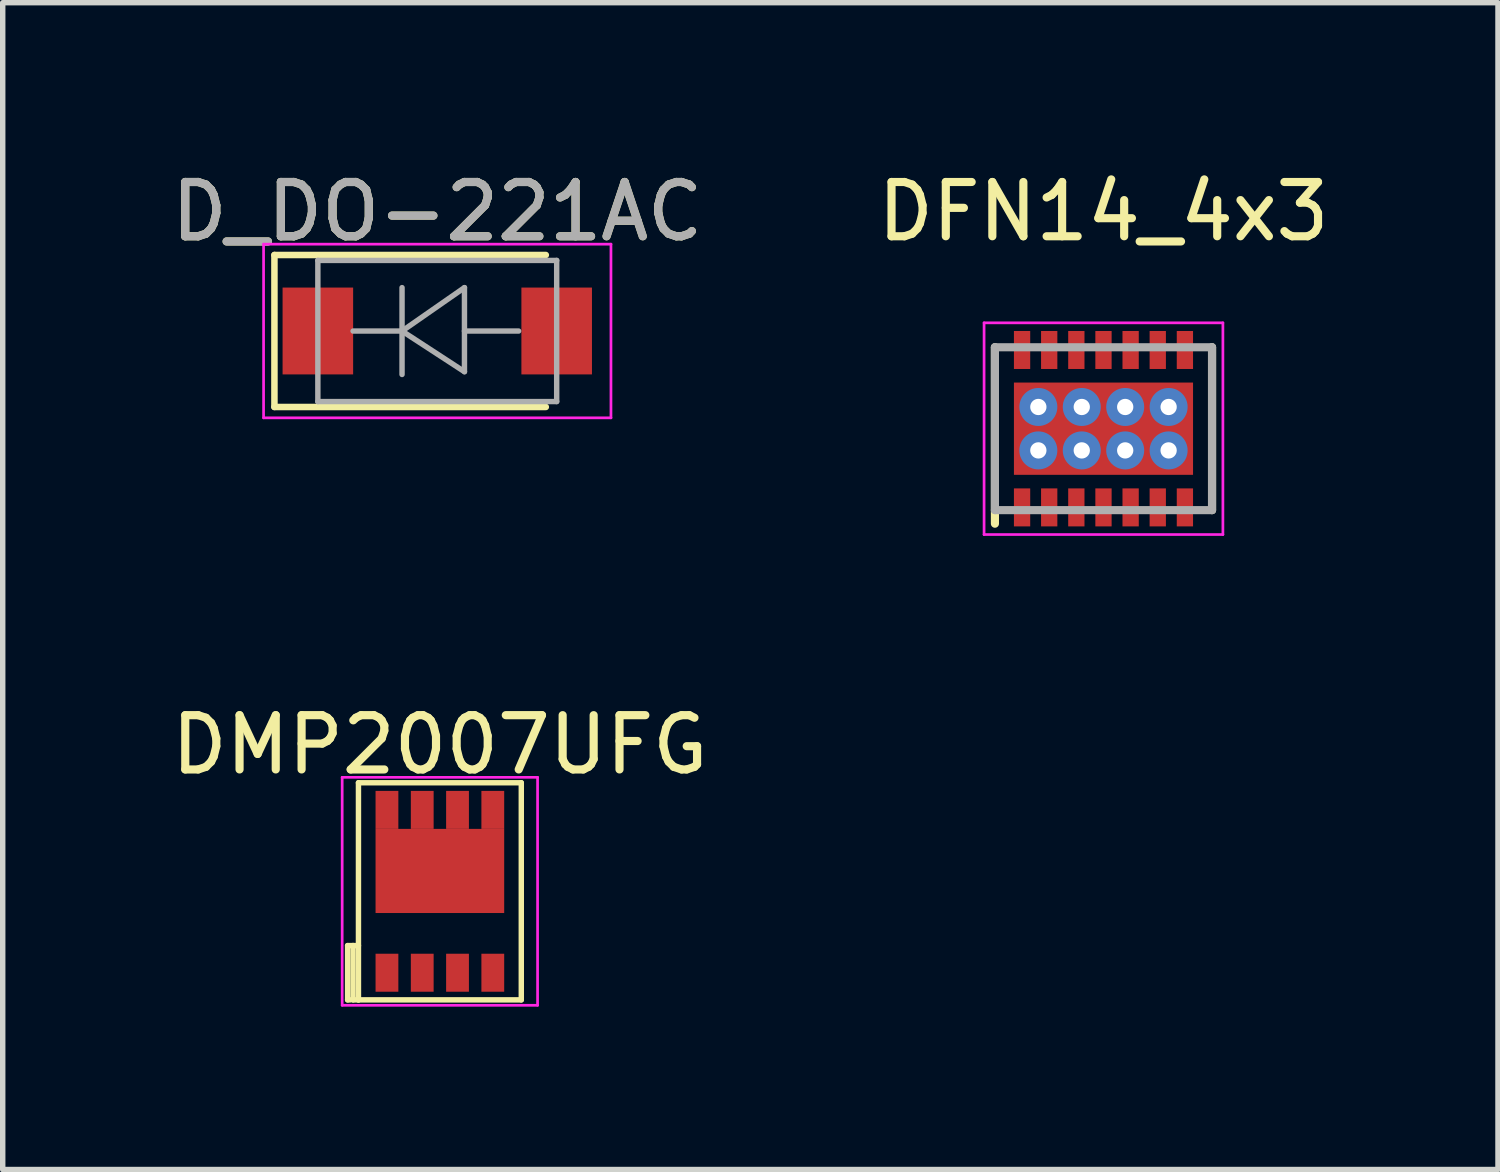
<source format=kicad_pcb>
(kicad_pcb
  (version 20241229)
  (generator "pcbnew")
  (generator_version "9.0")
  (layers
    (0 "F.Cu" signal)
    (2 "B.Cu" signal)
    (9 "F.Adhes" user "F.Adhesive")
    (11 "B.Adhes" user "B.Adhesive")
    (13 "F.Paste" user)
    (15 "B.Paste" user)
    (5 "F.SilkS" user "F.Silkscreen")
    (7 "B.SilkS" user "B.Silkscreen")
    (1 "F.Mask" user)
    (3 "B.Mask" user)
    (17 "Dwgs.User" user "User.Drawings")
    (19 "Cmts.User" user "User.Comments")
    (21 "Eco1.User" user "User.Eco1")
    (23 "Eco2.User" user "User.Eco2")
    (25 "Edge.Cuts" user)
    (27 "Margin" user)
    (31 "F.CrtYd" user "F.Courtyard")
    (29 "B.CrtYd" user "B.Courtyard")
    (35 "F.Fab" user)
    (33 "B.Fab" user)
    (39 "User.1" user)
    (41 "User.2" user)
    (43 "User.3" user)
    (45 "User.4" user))
  (footprint "D_DO-221AC"
    (layer "F.Cu")
    (at 5.006 3.048)
    (property "Reference" "D_DO-221AC" (at 0 -2.2 0) (layer "F.SilkS") (effects (font (size 1 1) (thickness 0.15))))
    (attr smd)
    (fp_line (start -3 -1.4) (end -3 1.4) (stroke (width 0.12) (type solid)) (layer "F.SilkS"))
    (fp_line (start -3 -1.4) (end 2 -1.4) (stroke (width 0.12) (type solid)) (layer "F.SilkS"))
    (fp_line (start -3 1.4) (end 2 1.4) (stroke (width 0.12) (type solid)) (layer "F.SilkS"))
    (fp_line (start -3.2 -1.6) (end 3.2 -1.6) (stroke (width 0.05) (type solid)) (layer "F.CrtYd"))
    (fp_line (start -3.2 1.6) (end -3.2 -1.6) (stroke (width 0.05) (type solid)) (layer "F.CrtYd"))
    (fp_line (start 3.2 -1.6) (end 3.2 1.6) (stroke (width 0.05) (type solid)) (layer "F.CrtYd"))
    (fp_line (start 3.2 1.6) (end -3.2 1.6) (stroke (width 0.05) (type solid)) (layer "F.CrtYd"))
    (fp_line (start -2.2 1.3) (end -2.2 -1.3) (stroke (width 0.1) (type solid)) (layer "F.Fab"))
    (fp_line (start -0.649 -0.799) (end -0.649 0.801) (stroke (width 0.1) (type solid)) (layer "F.Fab"))
    (fp_line (start -0.649 0.001) (end -1.551 0.001) (stroke (width 0.1) (type solid)) (layer "F.Fab"))
    (fp_line (start -0.649 0.001) (end 0.501 -0.799) (stroke (width 0.1) (type solid)) (layer "F.Fab"))
    (fp_line (start -0.649 0.001) (end 0.501 0.75) (stroke (width 0.1) (type solid)) (layer "F.Fab"))
    (fp_line (start 0.501 0.001) (end 1.499 0.001) (stroke (width 0.1) (type solid)) (layer "F.Fab"))
    (fp_line (start 0.501 0.75) (end 0.501 -0.799) (stroke (width 0.1) (type solid)) (layer "F.Fab"))
    (fp_line (start 2.2 -1.3) (end -2.2 -1.3) (stroke (width 0.1) (type solid)) (layer "F.Fab"))
    (fp_line (start 2.2 -1.3) (end 2.2 1.3) (stroke (width 0.1) (type solid)) (layer "F.Fab"))
    (fp_line (start 2.2 1.3) (end -2.2 1.3) (stroke (width 0.1) (type solid)) (layer "F.Fab"))
    (fp_text user "${REFERENCE}" (at 0 -2.2 0) (layer "F.Fab") (effects (font (size 1 1) (thickness 0.15))))
    (pad "1" smd rect (at -2.2 0) (size 1.3 1.6) (layers "F.Cu" "F.Mask" "F.Paste"))
    (pad "2" smd rect (at 2.2 0) (size 1.3 1.6) (layers "F.Cu" "F.Mask" "F.Paste")))
  (footprint "DMP2007UFG"
    (layer "F.Cu")
    (at 5.054 13.371)
    (property "Reference" "DMP2007UFG" (at 0 -2.7 0) (layer "F.SilkS") (effects (font (size 1 1) (thickness 0.15))))
    (attr through_hole)
    (fp_line (start -1.7 1) (end -1.7 2) (stroke (width 0.1) (type solid)) (layer "F.SilkS"))
    (fp_line (start -1.7 2) (end -1.65 2) (stroke (width 0.1) (type solid)) (layer "F.SilkS"))
    (fp_line (start -1.6 1) (end -1.7 1) (stroke (width 0.1) (type solid)) (layer "F.SilkS"))
    (fp_line (start -1.6 1) (end -1.5 1) (stroke (width 0.1) (type solid)) (layer "F.SilkS"))
    (fp_line (start -1.6 2) (end -1.6 1) (stroke (width 0.1) (type solid)) (layer "F.SilkS"))
    (fp_line (start -1.5 -2) (end 1.5 -2) (stroke (width 0.1) (type solid)) (layer "F.SilkS"))
    (fp_line (start -1.5 2) (end -1.6 2) (stroke (width 0.1) (type solid)) (layer "F.SilkS"))
    (fp_line (start -1.5 2) (end -1.5 -2) (stroke (width 0.1) (type solid)) (layer "F.SilkS"))
    (fp_line (start 1.5 -2) (end 1.5 2) (stroke (width 0.1) (type solid)) (layer "F.SilkS"))
    (fp_line (start 1.5 2) (end -1.5 2) (stroke (width 0.1) (type solid)) (layer "F.SilkS"))
    (fp_line (start -1.8 -2.1) (end 1.8 -2.1) (stroke (width 0.05) (type solid)) (layer "F.CrtYd"))
    (fp_line (start -1.8 2.1) (end -1.8 -2.1) (stroke (width 0.05) (type solid)) (layer "F.CrtYd"))
    (fp_line (start 1.8 -2.1) (end 1.8 2.1) (stroke (width 0.05) (type solid)) (layer "F.CrtYd"))
    (fp_line (start 1.8 2.1) (end -1.8 2.1) (stroke (width 0.05) (type solid)) (layer "F.CrtYd"))
    (pad "1" smd rect (at -0.975 1.5) (size 0.42 0.7) (layers "F.Cu" "F.Mask" "F.Paste"))
    (pad "1" smd rect (at -0.325 1.5) (size 0.42 0.7) (layers "F.Cu" "F.Mask" "F.Paste"))
    (pad "1" smd rect (at 0.325 1.5) (size 0.42 0.7) (layers "F.Cu" "F.Mask" "F.Paste"))
    (pad "2" smd rect (at 0.975 1.5) (size 0.42 0.7) (layers "F.Cu" "F.Mask" "F.Paste"))
    (pad "3" smd rect (at -0.975 -1.5) (size 0.42 0.7) (layers "F.Cu" "F.Mask" "F.Paste"))
    (pad "3" smd rect (at -0.325 -1.5) (size 0.42 0.7) (layers "F.Cu" "F.Mask" "F.Paste"))
    (pad "3" smd rect (at 0 -0.375) (size 2.37 1.55) (layers "F.Cu" "F.Mask" "F.Paste"))
    (pad "3" smd rect (at 0.325 -1.5) (size 0.42 0.7) (layers "F.Cu" "F.Mask" "F.Paste"))
    (pad "3" smd rect (at 0.975 -1.5) (size 0.42 0.7) (layers "F.Cu" "F.Mask" "F.Paste")))
  (footprint "DFN14_4x3"
    (layer "F.Cu")
    (at 17.28 4.848)
    (property "Reference" "DFN14_4x3" (at 0 -4 0) (layer "F.SilkS") (effects (font (size 1 1) (thickness 0.15))))
    (attr through_hole)
    (fp_line (start -2 -1.5) (end -2 1.75) (stroke (width 0.15) (type solid)) (layer "F.SilkS"))
    (fp_line (start 2 -1.5) (end 2 1.5) (stroke (width 0.15) (type solid)) (layer "F.SilkS"))
    (fp_line (start -2.2 -1.95) (end -2.2 1.95) (stroke (width 0.05) (type solid)) (layer "F.CrtYd"))
    (fp_line (start -2.2 -1.95) (end 2.2 -1.95) (stroke (width 0.05) (type solid)) (layer "F.CrtYd"))
    (fp_line (start -2.2 1.95) (end 2.2 1.95) (stroke (width 0.05) (type solid)) (layer "F.CrtYd"))
    (fp_line (start 2.2 1.95) (end 2.2 -1.95) (stroke (width 0.05) (type solid)) (layer "F.CrtYd"))
    (fp_line (start -2 1.5) (end -2 -1.5) (stroke (width 0.15) (type solid)) (layer "F.Fab"))
    (fp_line (start 2 -1.5) (end -2 -1.5) (stroke (width 0.15) (type solid)) (layer "F.Fab"))
    (fp_line (start 2 -1.5) (end 2 1.5) (stroke (width 0.15) (type solid)) (layer "F.Fab"))
    (fp_line (start 2 1.5) (end -2 1.5) (stroke (width 0.15) (type solid)) (layer "F.Fab"))
    (pad "" smd rect (at -1.1 -0.45) (size 1 0.75) (layers "F.Paste"))
    (pad "" smd rect (at -1.1 0.45) (size 1 0.75) (layers "F.Paste"))
    (pad "" smd rect (at 0 -0.45) (size 1 0.75) (layers "F.Paste"))
    (pad "" smd rect (at 0 0.45) (size 1 0.75) (layers "F.Paste"))
    (pad "" smd rect (at 1.1 -0.45) (size 1 0.75) (layers "F.Paste"))
    (pad "" smd rect (at 1.1 0.45) (size 1 0.75) (layers "F.Paste"))
    (pad "1" smd rect (at -1.5 1.45) (size 0.3 0.7) (layers "F.Cu" "F.Mask" "F.Paste"))
    (pad "2" smd rect (at -1 1.45) (size 0.3 0.7) (layers "F.Cu" "F.Mask" "F.Paste"))
    (pad "3" smd rect (at -0.5 1.45) (size 0.3 0.7) (layers "F.Cu" "F.Mask" "F.Paste"))
    (pad "4" smd rect (at 0 1.45) (size 0.3 0.7) (layers "F.Cu" "F.Mask" "F.Paste"))
    (pad "5" smd rect (at 0.5 1.45) (size 0.3 0.7) (layers "F.Cu" "F.Mask" "F.Paste"))
    (pad "6" smd rect (at 1 1.45) (size 0.3 0.7) (layers "F.Cu" "F.Mask" "F.Paste"))
    (pad "7" smd rect (at 1.5 1.45) (size 0.3 0.7) (layers "F.Cu" "F.Mask" "F.Paste"))
    (pad "8" smd rect (at 1.5 -1.45) (size 0.3 0.7) (layers "F.Cu" "F.Mask" "F.Paste"))
    (pad "9" smd rect (at 1 -1.45) (size 0.3 0.7) (layers "F.Cu" "F.Mask" "F.Paste"))
    (pad "10" smd rect (at 0.5 -1.45) (size 0.3 0.7) (layers "F.Cu" "F.Mask" "F.Paste"))
    (pad "11" smd rect (at 0 -1.45) (size 0.3 0.7) (layers "F.Cu" "F.Mask" "F.Paste"))
    (pad "12" smd rect (at -0.5 -1.45) (size 0.3 0.7) (layers "F.Cu" "F.Mask" "F.Paste"))
    (pad "13" smd rect (at -1 -1.45) (size 0.3 0.7) (layers "F.Cu" "F.Mask" "F.Paste"))
    (pad "14" smd rect (at -1.5 -1.45) (size 0.3 0.7) (layers "F.Cu" "F.Mask" "F.Paste"))
    (pad "15" thru_hole circle (at -1.2 -0.4) (size 0.7 0.7) (drill 0.3) (layers "*.Cu"))
    (pad "15" thru_hole circle (at -1.2 0.4) (size 0.7 0.7) (drill 0.3) (layers "*.Cu"))
    (pad "15" thru_hole circle (at -0.4 -0.4) (size 0.7 0.7) (drill 0.3) (layers "*.Cu"))
    (pad "15" thru_hole circle (at -0.4 0.4) (size 0.7 0.7) (drill 0.3) (layers "*.Cu"))
    (pad "15" smd rect (at 0 0) (size 3.3 1.7) (layers "F.Cu" "F.Mask"))
    (pad "15" thru_hole circle (at 0.4 -0.4) (size 0.7 0.7) (drill 0.3) (layers "*.Cu"))
    (pad "15" thru_hole circle (at 0.4 0.4) (size 0.7 0.7) (drill 0.3) (layers "*.Cu"))
    (pad "15" thru_hole circle (at 1.2 -0.4) (size 0.7 0.7) (drill 0.3) (layers "*.Cu"))
    (pad "15" thru_hole circle (at 1.2 0.4) (size 0.7 0.7) (drill 0.3) (layers "*.Cu")))
  (gr_rect
    (start -3 -3)
    (end 24.548 18.497)
    (stroke (width 0.1) (type default))
    (fill no)
    (layer "Edge.Cuts")))
</source>
